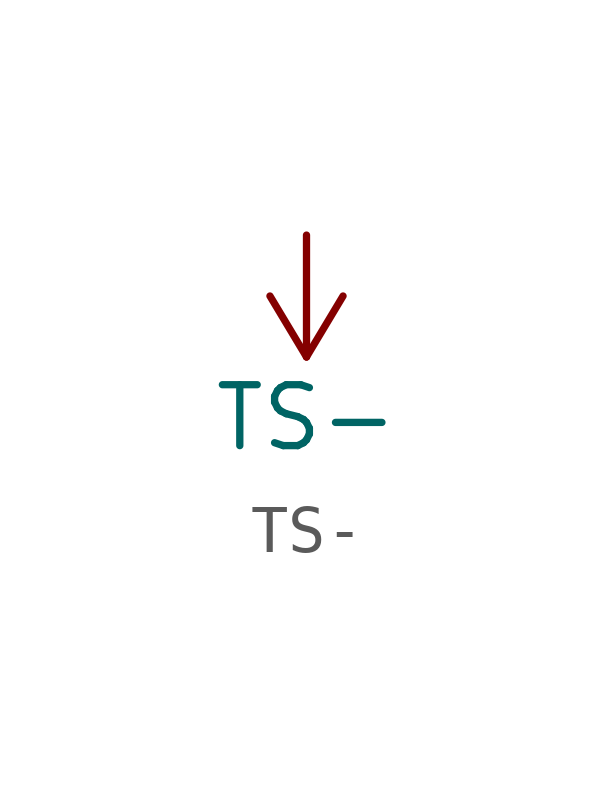
<source format=kicad_sym>
(kicad_symbol_lib
  (version 20211014)
  (generator kicad_symbol_editor)
  (symbol "TS-"
    (power)
    (pin_names
      (offset 0))
    (property "Reference" "#PWR"
      (at 0 -6.35 0)
      (effects (font (size 1.27 1.27)) hide))
    (property "Value" "TS-"
      (at 0 -3.81 0)
      (effects (font (size 1.27 1.27))))
    (symbol "TS-_0_1"
      (polyline (pts (xy -0.762 -1.27) (xy 0 -2.54)) (stroke (width 0) (type default) (color 0 0 0 0)) (fill (type none)))
      (polyline (pts (xy 0 -2.54) (xy 0.762 -1.27)) (stroke (width 0) (type default) (color 0 0 0 0)) (fill (type none)))
      (polyline (pts (xy 0 0) (xy 0 -2.54)) (stroke (width 0) (type default) (color 0 0 0 0)) (fill (type none))))
    (symbol "TS-_1_1"
      (pin power_in line (at 0 0 90) (length 0) hide (name "TS-" (effects (font (size 1.27 1.27)))) (number "1" (effects (font (size 1.27 1.27))))))))
</source>
